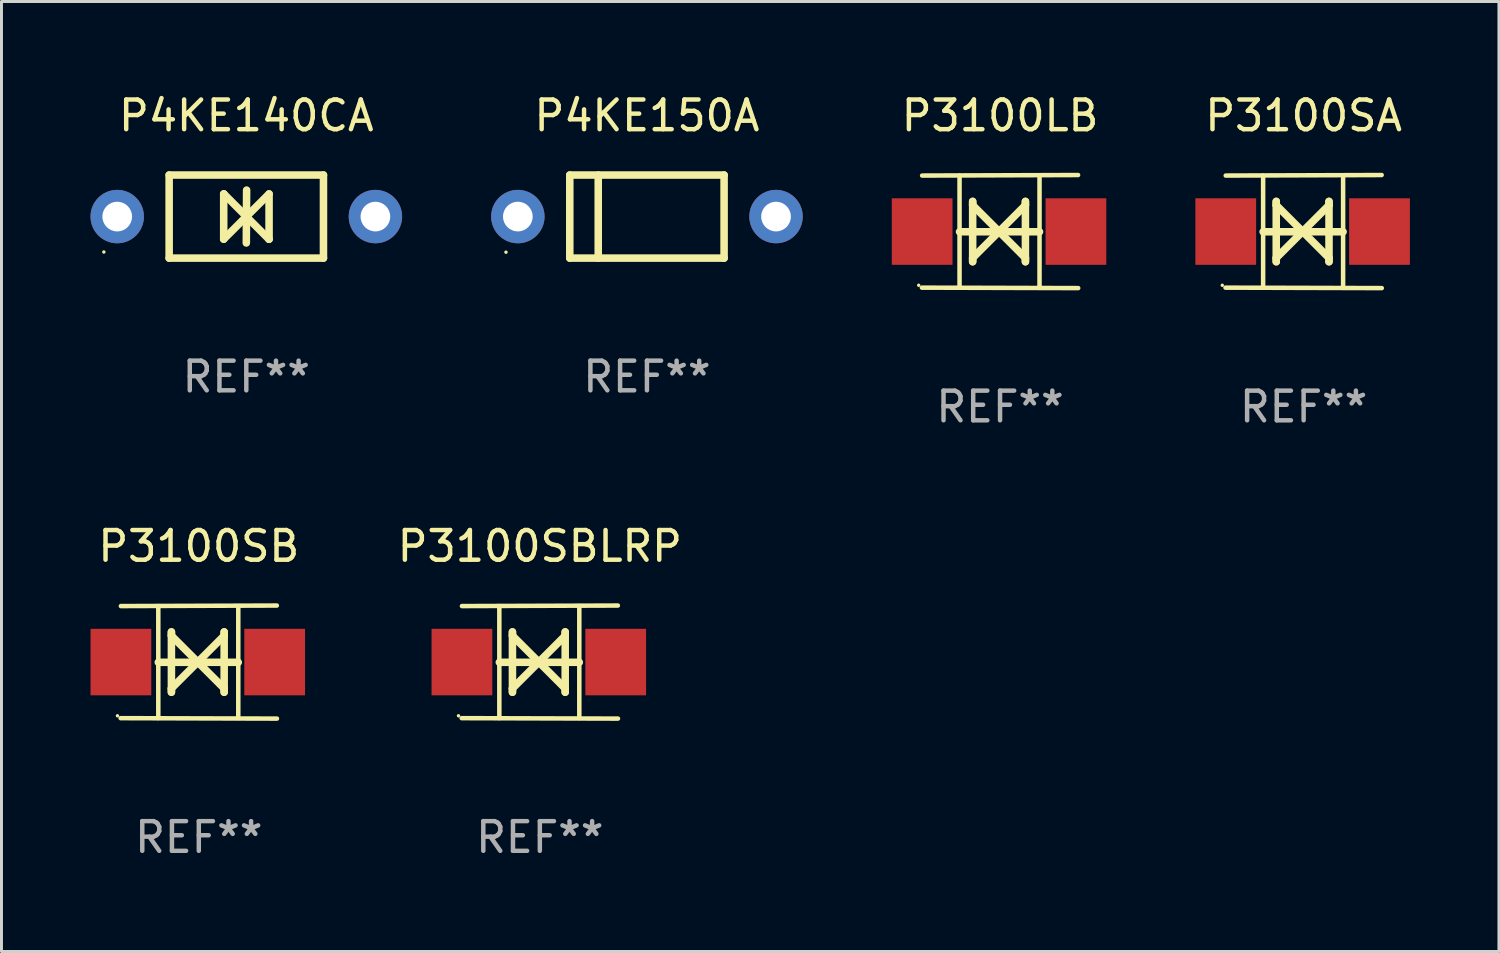
<source format=kicad_pcb>
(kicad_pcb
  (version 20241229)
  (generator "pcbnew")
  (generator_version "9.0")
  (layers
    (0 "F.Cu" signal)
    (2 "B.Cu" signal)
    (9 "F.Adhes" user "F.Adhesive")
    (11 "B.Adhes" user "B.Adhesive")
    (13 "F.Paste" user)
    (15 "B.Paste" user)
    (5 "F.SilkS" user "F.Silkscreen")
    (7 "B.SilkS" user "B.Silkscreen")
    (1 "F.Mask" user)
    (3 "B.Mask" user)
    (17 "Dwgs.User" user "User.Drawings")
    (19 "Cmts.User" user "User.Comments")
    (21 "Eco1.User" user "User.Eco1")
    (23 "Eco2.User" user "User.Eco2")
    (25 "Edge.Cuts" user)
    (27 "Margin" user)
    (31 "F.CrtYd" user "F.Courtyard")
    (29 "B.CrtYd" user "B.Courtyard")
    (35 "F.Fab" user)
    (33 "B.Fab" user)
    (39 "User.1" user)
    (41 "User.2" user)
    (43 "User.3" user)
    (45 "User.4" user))
  (footprint "P4KE140CA"
    (layer "F.Cu")
    (at 5.25 4.248)
    (property "Reference" "P4KE140CA" (at 0 -3.4 0) (layer "F.SilkS") (effects (font (size 1 1) (thickness 0.15))))
    (attr through_hole)
    (fp_line (start -2.6 1.4) (end -2.6 -1.4) (stroke (width 0.254) (type solid)) (layer "F.SilkS"))
    (fp_line (start -0.762 -0.762) (end -0.762 0.762) (stroke (width 0.254) (type solid)) (layer "F.SilkS"))
    (fp_line (start -0.762 0.762) (end 0.006 -0.006) (stroke (width 0.254) (type solid)) (layer "F.SilkS"))
    (fp_line (start -0.755 -0.762) (end -0.762 -0.762) (stroke (width 0.254) (type solid)) (layer "F.SilkS"))
    (fp_line (start -0.001 0.004) (end -0.001 0.095) (stroke (width 0.254) (type solid)) (layer "F.SilkS"))
    (fp_line (start 0 0) (end 0.761 0.761) (stroke (width 0.254) (type solid)) (layer "F.SilkS"))
    (fp_line (start 0 0.889) (end 0.01 -0.892) (stroke (width 0.254) (type solid)) (layer "F.SilkS"))
    (fp_line (start 0.005 -0.001) (end -0.755 -0.762) (stroke (width 0.254) (type solid)) (layer "F.SilkS"))
    (fp_line (start 0.006 -0.006) (end 0.006 -0.096) (stroke (width 0.254) (type solid)) (layer "F.SilkS"))
    (fp_line (start 0.761 0.761) (end 0.767 0.761) (stroke (width 0.254) (type solid)) (layer "F.SilkS"))
    (fp_line (start 0.767 -0.763) (end -0.001 0.004) (stroke (width 0.254) (type solid)) (layer "F.SilkS"))
    (fp_line (start 0.767 0.761) (end 0.767 -0.763) (stroke (width 0.254) (type solid)) (layer "F.SilkS"))
    (fp_line (start 2.6 -1.4) (end -2.6 -1.4) (stroke (width 0.254) (type solid)) (layer "F.SilkS"))
    (fp_line (start 2.6 1.4) (end -2.6 1.4) (stroke (width 0.254) (type solid)) (layer "F.SilkS"))
    (fp_line (start 2.6 1.4) (end 2.6 -1.4) (stroke (width 0.254) (type solid)) (layer "F.SilkS"))
    (fp_circle (center -4.8 1.194) (end -4.77 1.194) (stroke (width 0.06) (type solid)) (fill no) (layer "F.SilkS"))
    (fp_text user "REF**" (at 0 5.4 0) (layer "F.Fab") (effects (font (size 1 1) (thickness 0.15))))
    (pad "1" thru_hole circle (at -4.35 0) (size 1.8 1.8) (drill 1) (layers "*.Cu" "*.Mask"))
    (pad "2" thru_hole circle (at 4.35 0) (size 1.8 1.8) (drill 1) (layers "*.Cu" "*.Mask")))
  (footprint "P3100SA"
    (layer "F.Cu")
    (at 40.879 4.753)
    (property "Reference" "P3100SA" (at 0 -3.905 0) (layer "F.SilkS") (effects (font (size 1 1) (thickness 0.15))))
    (attr through_hole)
    (fp_line (start -1.365 1.886) (end -1.365 -1.886) (stroke (width 0.152) (type solid)) (layer "F.SilkS"))
    (fp_line (start -1.365 0.008) (end 1.33 0.008) (stroke (width 0.254) (type solid)) (layer "F.SilkS"))
    (fp_line (start -0.923 -1.016) (end -0.923 1.016) (stroke (width 0.254) (type solid)) (layer "F.SilkS"))
    (fp_line (start -0.923 -0.889) (end -0.923 -1.016) (stroke (width 0.254) (type solid)) (layer "F.SilkS"))
    (fp_line (start -0.923 0.889) (end -0.034 0) (stroke (width 0.254) (type solid)) (layer "F.SilkS"))
    (fp_line (start -0.923 1.016) (end -0.923 0.889) (stroke (width 0.254) (type solid)) (layer "F.SilkS"))
    (fp_line (start -0.034 0) (end -0.923 -0.889) (stroke (width 0.254) (type solid)) (layer "F.SilkS"))
    (fp_line (start -0.034 0) (end 0.855 0.889) (stroke (width 0.254) (type solid)) (layer "F.SilkS"))
    (fp_line (start 0.855 -1.016) (end 0.855 -0.889) (stroke (width 0.254) (type solid)) (layer "F.SilkS"))
    (fp_line (start 0.855 -0.889) (end -0.034 0) (stroke (width 0.254) (type solid)) (layer "F.SilkS"))
    (fp_line (start 0.855 0.889) (end 0.855 1.016) (stroke (width 0.254) (type solid)) (layer "F.SilkS"))
    (fp_line (start 0.855 1.016) (end 0.855 -1.016) (stroke (width 0.254) (type solid)) (layer "F.SilkS"))
    (fp_line (start 1.33 1.886) (end 1.33 -1.886) (stroke (width 0.152) (type solid)) (layer "F.SilkS"))
    (fp_line (start 2.629 -1.905) (end -2.625 -1.887) (stroke (width 0.152) (type solid)) (layer "F.SilkS"))
    (fp_line (start 2.633 1.905) (end -2.633 1.89) (stroke (width 0.152) (type solid)) (layer "F.SilkS"))
    (fp_circle (center -2.741 1.81) (end -2.711 1.81) (stroke (width 0.06) (type solid)) (fill no) (layer "F.SilkS"))
    (fp_text user "REF**" (at 0 5.905 0) (layer "F.Fab") (effects (font (size 1 1) (thickness 0.15))))
    (pad "1" smd rect (at -2.625 0) (size 2.047 2.241) (layers "F.Cu" "F.Mask" "F.Paste"))
    (pad "2" smd rect (at 2.557 0) (size 2.047 2.241) (layers "F.Cu" "F.Mask" "F.Paste")))
  (footprint "P4KE150A"
    (layer "F.Cu")
    (at 18.75 4.248)
    (property "Reference" "P4KE150A" (at 0 -3.4 0) (layer "F.SilkS") (effects (font (size 1 1) (thickness 0.15))))
    (attr through_hole)
    (fp_line (start -2.6 -1.4) (end -2.6 1.4) (stroke (width 0.254) (type solid)) (layer "F.SilkS"))
    (fp_line (start -2.6 -1.4) (end 2.6 -1.4) (stroke (width 0.254) (type solid)) (layer "F.SilkS"))
    (fp_line (start -2.6 1.4) (end 2.6 1.4) (stroke (width 0.254) (type solid)) (layer "F.SilkS"))
    (fp_line (start -1.641 -1.4) (end -1.641 1.4) (stroke (width 0.254) (type solid)) (layer "F.SilkS"))
    (fp_line (start 2.6 -1.4) (end 2.6 1.4) (stroke (width 0.254) (type solid)) (layer "F.SilkS"))
    (fp_circle (center -4.75 1.2) (end -4.72 1.2) (stroke (width 0.06) (type solid)) (fill no) (layer "F.SilkS"))
    (fp_text user "REF**" (at 0 5.4 0) (layer "F.Fab") (effects (font (size 1 1) (thickness 0.15))))
    (pad "1" thru_hole circle (at -4.35 0) (size 1.8 1.8) (drill 1) (layers "*.Cu" "*.Mask"))
    (pad "2" thru_hole circle (at 4.35 0) (size 1.8 1.8) (drill 1) (layers "*.Cu" "*.Mask")))
  (footprint "P3100SB"
    (layer "F.Cu")
    (at 3.649 19.26)
    (property "Reference" "P3100SB" (at 0 -3.905 0) (layer "F.SilkS") (effects (font (size 1 1) (thickness 0.15))))
    (attr through_hole)
    (fp_line (start -1.365 1.886) (end -1.365 -1.886) (stroke (width 0.152) (type solid)) (layer "F.SilkS"))
    (fp_line (start -1.365 0.008) (end 1.33 0.008) (stroke (width 0.254) (type solid)) (layer "F.SilkS"))
    (fp_line (start -0.923 -1.016) (end -0.923 1.016) (stroke (width 0.254) (type solid)) (layer "F.SilkS"))
    (fp_line (start -0.923 -0.889) (end -0.923 -1.016) (stroke (width 0.254) (type solid)) (layer "F.SilkS"))
    (fp_line (start -0.923 0.889) (end -0.034 0) (stroke (width 0.254) (type solid)) (layer "F.SilkS"))
    (fp_line (start -0.923 1.016) (end -0.923 0.889) (stroke (width 0.254) (type solid)) (layer "F.SilkS"))
    (fp_line (start -0.034 0) (end -0.923 -0.889) (stroke (width 0.254) (type solid)) (layer "F.SilkS"))
    (fp_line (start -0.034 0) (end 0.855 0.889) (stroke (width 0.254) (type solid)) (layer "F.SilkS"))
    (fp_line (start 0.855 -1.016) (end 0.855 -0.889) (stroke (width 0.254) (type solid)) (layer "F.SilkS"))
    (fp_line (start 0.855 -0.889) (end -0.034 0) (stroke (width 0.254) (type solid)) (layer "F.SilkS"))
    (fp_line (start 0.855 0.889) (end 0.855 1.016) (stroke (width 0.254) (type solid)) (layer "F.SilkS"))
    (fp_line (start 0.855 1.016) (end 0.855 -1.016) (stroke (width 0.254) (type solid)) (layer "F.SilkS"))
    (fp_line (start 1.33 1.886) (end 1.33 -1.886) (stroke (width 0.152) (type solid)) (layer "F.SilkS"))
    (fp_line (start 2.629 -1.905) (end -2.625 -1.887) (stroke (width 0.152) (type solid)) (layer "F.SilkS"))
    (fp_line (start 2.633 1.905) (end -2.633 1.89) (stroke (width 0.152) (type solid)) (layer "F.SilkS"))
    (fp_circle (center -2.741 1.81) (end -2.711 1.81) (stroke (width 0.06) (type solid)) (fill no) (layer "F.SilkS"))
    (fp_text user "REF**" (at 0 5.905 0) (layer "F.Fab") (effects (font (size 1 1) (thickness 0.15))))
    (pad "1" smd rect (at -2.625 0) (size 2.047 2.241) (layers "F.Cu" "F.Mask" "F.Paste"))
    (pad "2" smd rect (at 2.557 0) (size 2.047 2.241) (layers "F.Cu" "F.Mask" "F.Paste")))
  (footprint "P3100SBLRP"
    (layer "F.Cu")
    (at 15.141 19.26)
    (property "Reference" "P3100SBLRP" (at 0 -3.905 0) (layer "F.SilkS") (effects (font (size 1 1) (thickness 0.15))))
    (attr through_hole)
    (fp_line (start -1.365 1.886) (end -1.365 -1.886) (stroke (width 0.152) (type solid)) (layer "F.SilkS"))
    (fp_line (start -1.365 0.008) (end 1.33 0.008) (stroke (width 0.254) (type solid)) (layer "F.SilkS"))
    (fp_line (start -0.923 -1.016) (end -0.923 1.016) (stroke (width 0.254) (type solid)) (layer "F.SilkS"))
    (fp_line (start -0.923 -0.889) (end -0.923 -1.016) (stroke (width 0.254) (type solid)) (layer "F.SilkS"))
    (fp_line (start -0.923 0.889) (end -0.034 0) (stroke (width 0.254) (type solid)) (layer "F.SilkS"))
    (fp_line (start -0.923 1.016) (end -0.923 0.889) (stroke (width 0.254) (type solid)) (layer "F.SilkS"))
    (fp_line (start -0.034 0) (end -0.923 -0.889) (stroke (width 0.254) (type solid)) (layer "F.SilkS"))
    (fp_line (start -0.034 0) (end 0.855 0.889) (stroke (width 0.254) (type solid)) (layer "F.SilkS"))
    (fp_line (start 0.855 -1.016) (end 0.855 -0.889) (stroke (width 0.254) (type solid)) (layer "F.SilkS"))
    (fp_line (start 0.855 -0.889) (end -0.034 0) (stroke (width 0.254) (type solid)) (layer "F.SilkS"))
    (fp_line (start 0.855 0.889) (end 0.855 1.016) (stroke (width 0.254) (type solid)) (layer "F.SilkS"))
    (fp_line (start 0.855 1.016) (end 0.855 -1.016) (stroke (width 0.254) (type solid)) (layer "F.SilkS"))
    (fp_line (start 1.33 1.886) (end 1.33 -1.886) (stroke (width 0.152) (type solid)) (layer "F.SilkS"))
    (fp_line (start 2.629 -1.905) (end -2.625 -1.887) (stroke (width 0.152) (type solid)) (layer "F.SilkS"))
    (fp_line (start 2.633 1.905) (end -2.633 1.89) (stroke (width 0.152) (type solid)) (layer "F.SilkS"))
    (fp_circle (center -2.741 1.81) (end -2.711 1.81) (stroke (width 0.06) (type solid)) (fill no) (layer "F.SilkS"))
    (fp_text user "REF**" (at 0 5.905 0) (layer "F.Fab") (effects (font (size 1 1) (thickness 0.15))))
    (pad "1" smd rect (at -2.625 0) (size 2.047 2.241) (layers "F.Cu" "F.Mask" "F.Paste"))
    (pad "2" smd rect (at 2.557 0) (size 2.047 2.241) (layers "F.Cu" "F.Mask" "F.Paste")))
  (footprint "P3100LB"
    (layer "F.Cu")
    (at 30.649 4.753)
    (property "Reference" "P3100LB" (at 0 -3.905 0) (layer "F.SilkS") (effects (font (size 1 1) (thickness 0.15))))
    (attr through_hole)
    (fp_line (start -1.365 1.886) (end -1.365 -1.886) (stroke (width 0.152) (type solid)) (layer "F.SilkS"))
    (fp_line (start -1.365 0.008) (end 1.33 0.008) (stroke (width 0.254) (type solid)) (layer "F.SilkS"))
    (fp_line (start -0.923 -1.016) (end -0.923 1.016) (stroke (width 0.254) (type solid)) (layer "F.SilkS"))
    (fp_line (start -0.923 -0.889) (end -0.923 -1.016) (stroke (width 0.254) (type solid)) (layer "F.SilkS"))
    (fp_line (start -0.923 0.889) (end -0.034 0) (stroke (width 0.254) (type solid)) (layer "F.SilkS"))
    (fp_line (start -0.923 1.016) (end -0.923 0.889) (stroke (width 0.254) (type solid)) (layer "F.SilkS"))
    (fp_line (start -0.034 0) (end -0.923 -0.889) (stroke (width 0.254) (type solid)) (layer "F.SilkS"))
    (fp_line (start -0.034 0) (end 0.855 0.889) (stroke (width 0.254) (type solid)) (layer "F.SilkS"))
    (fp_line (start 0.855 -1.016) (end 0.855 -0.889) (stroke (width 0.254) (type solid)) (layer "F.SilkS"))
    (fp_line (start 0.855 -0.889) (end -0.034 0) (stroke (width 0.254) (type solid)) (layer "F.SilkS"))
    (fp_line (start 0.855 0.889) (end 0.855 1.016) (stroke (width 0.254) (type solid)) (layer "F.SilkS"))
    (fp_line (start 0.855 1.016) (end 0.855 -1.016) (stroke (width 0.254) (type solid)) (layer "F.SilkS"))
    (fp_line (start 1.33 1.886) (end 1.33 -1.886) (stroke (width 0.152) (type solid)) (layer "F.SilkS"))
    (fp_line (start 2.629 -1.905) (end -2.625 -1.887) (stroke (width 0.152) (type solid)) (layer "F.SilkS"))
    (fp_line (start 2.633 1.905) (end -2.633 1.89) (stroke (width 0.152) (type solid)) (layer "F.SilkS"))
    (fp_circle (center -2.741 1.81) (end -2.711 1.81) (stroke (width 0.06) (type solid)) (fill no) (layer "F.SilkS"))
    (fp_text user "REF**" (at 0 5.905 0) (layer "F.Fab") (effects (font (size 1 1) (thickness 0.15))))
    (pad "1" smd rect (at -2.625 0) (size 2.047 2.241) (layers "F.Cu" "F.Mask" "F.Paste"))
    (pad "2" smd rect (at 2.557 0) (size 2.047 2.241) (layers "F.Cu" "F.Mask" "F.Paste")))
  (gr_rect
    (start -3 -3)
    (end 47.46 29.013)
    (stroke (width 0.1) (type default))
    (fill no)
    (layer "Edge.Cuts")))
</source>
